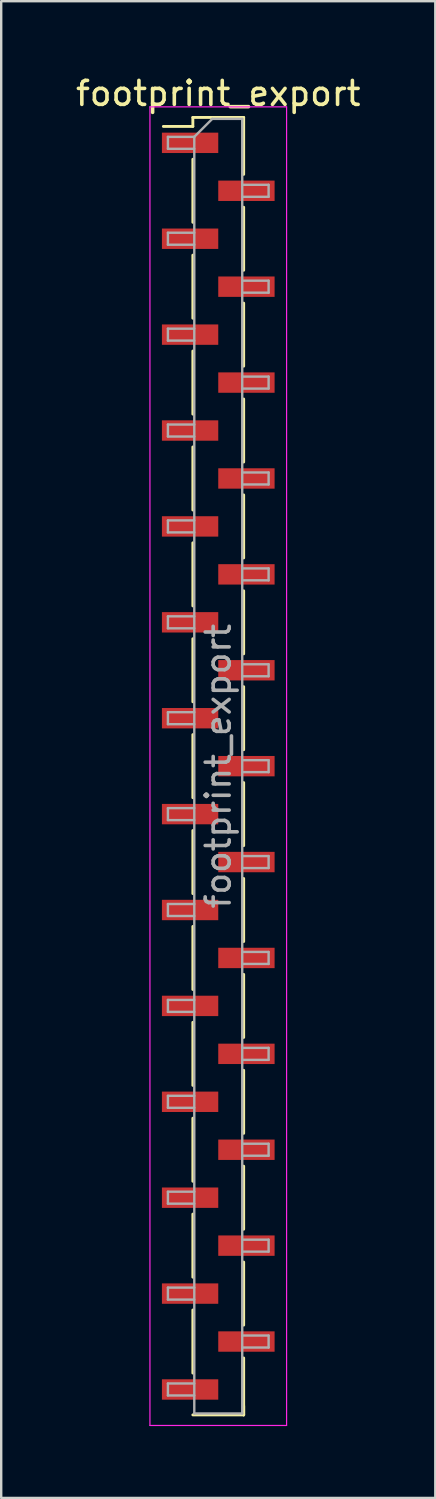
<source format=kicad_pcb>
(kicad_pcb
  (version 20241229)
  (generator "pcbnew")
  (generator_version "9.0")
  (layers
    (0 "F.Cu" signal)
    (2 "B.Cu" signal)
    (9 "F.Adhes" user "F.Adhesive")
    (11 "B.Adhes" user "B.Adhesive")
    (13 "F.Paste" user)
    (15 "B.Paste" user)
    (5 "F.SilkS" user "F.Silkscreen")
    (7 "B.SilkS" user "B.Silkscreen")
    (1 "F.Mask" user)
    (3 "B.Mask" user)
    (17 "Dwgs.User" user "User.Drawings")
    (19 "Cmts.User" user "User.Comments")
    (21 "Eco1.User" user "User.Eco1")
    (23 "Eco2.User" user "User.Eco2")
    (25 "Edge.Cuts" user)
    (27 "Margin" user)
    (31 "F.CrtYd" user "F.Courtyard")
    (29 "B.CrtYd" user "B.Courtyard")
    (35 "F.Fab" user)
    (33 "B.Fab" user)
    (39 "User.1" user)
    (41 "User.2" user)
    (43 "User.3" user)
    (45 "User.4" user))
  (footprint "footprint_export"
    (layer "F.Cu")
    (at 6.054 28.908)
    (property "Reference" "footprint_export" (at 0 -28.06 0) (layer "F.SilkS") (effects (font (size 1 1) (thickness 0.15))))
    (attr smd)
    (fp_line (start -1.06 -27.06) (end -1.06 -26.685) (stroke (width 0.12) (type solid)) (layer "F.SilkS"))
    (fp_line (start -1.06 -27.06) (end 1.06 -27.06) (stroke (width 0.12) (type solid)) (layer "F.SilkS"))
    (fp_line (start -1.06 -26.685) (end -2.29 -26.685) (stroke (width 0.12) (type solid)) (layer "F.SilkS"))
    (fp_line (start -1.06 -25.315) (end -1.06 -22.685) (stroke (width 0.12) (type solid)) (layer "F.SilkS"))
    (fp_line (start -1.06 -21.315) (end -1.06 -18.685) (stroke (width 0.12) (type solid)) (layer "F.SilkS"))
    (fp_line (start -1.06 -17.315) (end -1.06 -14.685) (stroke (width 0.12) (type solid)) (layer "F.SilkS"))
    (fp_line (start -1.06 -13.315) (end -1.06 -10.685) (stroke (width 0.12) (type solid)) (layer "F.SilkS"))
    (fp_line (start -1.06 -9.315) (end -1.06 -6.685) (stroke (width 0.12) (type solid)) (layer "F.SilkS"))
    (fp_line (start -1.06 -5.315) (end -1.06 -2.685) (stroke (width 0.12) (type solid)) (layer "F.SilkS"))
    (fp_line (start -1.06 -1.315) (end -1.06 1.315) (stroke (width 0.12) (type solid)) (layer "F.SilkS"))
    (fp_line (start -1.06 2.685) (end -1.06 5.315) (stroke (width 0.12) (type solid)) (layer "F.SilkS"))
    (fp_line (start -1.06 6.685) (end -1.06 9.315) (stroke (width 0.12) (type solid)) (layer "F.SilkS"))
    (fp_line (start -1.06 10.685) (end -1.06 13.315) (stroke (width 0.12) (type solid)) (layer "F.SilkS"))
    (fp_line (start -1.06 14.685) (end -1.06 17.315) (stroke (width 0.12) (type solid)) (layer "F.SilkS"))
    (fp_line (start -1.06 18.685) (end -1.06 21.315) (stroke (width 0.12) (type solid)) (layer "F.SilkS"))
    (fp_line (start -1.06 22.685) (end -1.06 25.315) (stroke (width 0.12) (type solid)) (layer "F.SilkS"))
    (fp_line (start -1.06 27.06) (end 1.06 27.06) (stroke (width 0.12) (type solid)) (layer "F.SilkS"))
    (fp_line (start 1.06 -27.06) (end 1.06 -24.685) (stroke (width 0.12) (type solid)) (layer "F.SilkS"))
    (fp_line (start 1.06 -23.315) (end 1.06 -20.685) (stroke (width 0.12) (type solid)) (layer "F.SilkS"))
    (fp_line (start 1.06 -19.315) (end 1.06 -16.685) (stroke (width 0.12) (type solid)) (layer "F.SilkS"))
    (fp_line (start 1.06 -15.315) (end 1.06 -12.685) (stroke (width 0.12) (type solid)) (layer "F.SilkS"))
    (fp_line (start 1.06 -11.315) (end 1.06 -8.685) (stroke (width 0.12) (type solid)) (layer "F.SilkS"))
    (fp_line (start 1.06 -7.315) (end 1.06 -4.685) (stroke (width 0.12) (type solid)) (layer "F.SilkS"))
    (fp_line (start 1.06 -3.315) (end 1.06 -0.685) (stroke (width 0.12) (type solid)) (layer "F.SilkS"))
    (fp_line (start 1.06 0.685) (end 1.06 3.315) (stroke (width 0.12) (type solid)) (layer "F.SilkS"))
    (fp_line (start 1.06 4.685) (end 1.06 7.315) (stroke (width 0.12) (type solid)) (layer "F.SilkS"))
    (fp_line (start 1.06 8.685) (end 1.06 11.315) (stroke (width 0.12) (type solid)) (layer "F.SilkS"))
    (fp_line (start 1.06 12.685) (end 1.06 15.315) (stroke (width 0.12) (type solid)) (layer "F.SilkS"))
    (fp_line (start 1.06 16.685) (end 1.06 19.315) (stroke (width 0.12) (type solid)) (layer "F.SilkS"))
    (fp_line (start 1.06 20.685) (end 1.06 23.315) (stroke (width 0.12) (type solid)) (layer "F.SilkS"))
    (fp_line (start 1.06 24.685) (end 1.06 27.06) (stroke (width 0.12) (type solid)) (layer "F.SilkS"))
    (fp_line (start 1.06 26.685) (end 1.06 27.06) (stroke (width 0.12) (type solid)) (layer "F.SilkS"))
    (fp_line (start -2.85 -27.5) (end -2.85 27.5) (stroke (width 0.05) (type solid)) (layer "F.CrtYd"))
    (fp_line (start -2.85 27.5) (end 2.85 27.5) (stroke (width 0.05) (type solid)) (layer "F.CrtYd"))
    (fp_line (start 2.85 -27.5) (end -2.85 -27.5) (stroke (width 0.05) (type solid)) (layer "F.CrtYd"))
    (fp_line (start 2.85 27.5) (end 2.85 -27.5) (stroke (width 0.05) (type solid)) (layer "F.CrtYd"))
    (fp_line (start -2.1 -26.25) (end -2.1 -25.75) (stroke (width 0.1) (type solid)) (layer "F.Fab"))
    (fp_line (start -2.1 -25.75) (end -1 -25.75) (stroke (width 0.1) (type solid)) (layer "F.Fab"))
    (fp_line (start -2.1 -22.25) (end -2.1 -21.75) (stroke (width 0.1) (type solid)) (layer "F.Fab"))
    (fp_line (start -2.1 -21.75) (end -1 -21.75) (stroke (width 0.1) (type solid)) (layer "F.Fab"))
    (fp_line (start -2.1 -18.25) (end -2.1 -17.75) (stroke (width 0.1) (type solid)) (layer "F.Fab"))
    (fp_line (start -2.1 -17.75) (end -1 -17.75) (stroke (width 0.1) (type solid)) (layer "F.Fab"))
    (fp_line (start -2.1 -14.25) (end -2.1 -13.75) (stroke (width 0.1) (type solid)) (layer "F.Fab"))
    (fp_line (start -2.1 -13.75) (end -1 -13.75) (stroke (width 0.1) (type solid)) (layer "F.Fab"))
    (fp_line (start -2.1 -10.25) (end -2.1 -9.75) (stroke (width 0.1) (type solid)) (layer "F.Fab"))
    (fp_line (start -2.1 -9.75) (end -1 -9.75) (stroke (width 0.1) (type solid)) (layer "F.Fab"))
    (fp_line (start -2.1 -6.25) (end -2.1 -5.75) (stroke (width 0.1) (type solid)) (layer "F.Fab"))
    (fp_line (start -2.1 -5.75) (end -1 -5.75) (stroke (width 0.1) (type solid)) (layer "F.Fab"))
    (fp_line (start -2.1 -2.25) (end -2.1 -1.75) (stroke (width 0.1) (type solid)) (layer "F.Fab"))
    (fp_line (start -2.1 -1.75) (end -1 -1.75) (stroke (width 0.1) (type solid)) (layer "F.Fab"))
    (fp_line (start -2.1 1.75) (end -2.1 2.25) (stroke (width 0.1) (type solid)) (layer "F.Fab"))
    (fp_line (start -2.1 2.25) (end -1 2.25) (stroke (width 0.1) (type solid)) (layer "F.Fab"))
    (fp_line (start -2.1 5.75) (end -2.1 6.25) (stroke (width 0.1) (type solid)) (layer "F.Fab"))
    (fp_line (start -2.1 6.25) (end -1 6.25) (stroke (width 0.1) (type solid)) (layer "F.Fab"))
    (fp_line (start -2.1 9.75) (end -2.1 10.25) (stroke (width 0.1) (type solid)) (layer "F.Fab"))
    (fp_line (start -2.1 10.25) (end -1 10.25) (stroke (width 0.1) (type solid)) (layer "F.Fab"))
    (fp_line (start -2.1 13.75) (end -2.1 14.25) (stroke (width 0.1) (type solid)) (layer "F.Fab"))
    (fp_line (start -2.1 14.25) (end -1 14.25) (stroke (width 0.1) (type solid)) (layer "F.Fab"))
    (fp_line (start -2.1 17.75) (end -2.1 18.25) (stroke (width 0.1) (type solid)) (layer "F.Fab"))
    (fp_line (start -2.1 18.25) (end -1 18.25) (stroke (width 0.1) (type solid)) (layer "F.Fab"))
    (fp_line (start -2.1 21.75) (end -2.1 22.25) (stroke (width 0.1) (type solid)) (layer "F.Fab"))
    (fp_line (start -2.1 22.25) (end -1 22.25) (stroke (width 0.1) (type solid)) (layer "F.Fab"))
    (fp_line (start -2.1 25.75) (end -2.1 26.25) (stroke (width 0.1) (type solid)) (layer "F.Fab"))
    (fp_line (start -2.1 26.25) (end -1 26.25) (stroke (width 0.1) (type solid)) (layer "F.Fab"))
    (fp_line (start -1 -26.25) (end -2.1 -26.25) (stroke (width 0.1) (type solid)) (layer "F.Fab"))
    (fp_line (start -1 -26.25) (end -0.25 -27) (stroke (width 0.1) (type solid)) (layer "F.Fab"))
    (fp_line (start -1 -22.25) (end -2.1 -22.25) (stroke (width 0.1) (type solid)) (layer "F.Fab"))
    (fp_line (start -1 -18.25) (end -2.1 -18.25) (stroke (width 0.1) (type solid)) (layer "F.Fab"))
    (fp_line (start -1 -14.25) (end -2.1 -14.25) (stroke (width 0.1) (type solid)) (layer "F.Fab"))
    (fp_line (start -1 -10.25) (end -2.1 -10.25) (stroke (width 0.1) (type solid)) (layer "F.Fab"))
    (fp_line (start -1 -6.25) (end -2.1 -6.25) (stroke (width 0.1) (type solid)) (layer "F.Fab"))
    (fp_line (start -1 -2.25) (end -2.1 -2.25) (stroke (width 0.1) (type solid)) (layer "F.Fab"))
    (fp_line (start -1 1.75) (end -2.1 1.75) (stroke (width 0.1) (type solid)) (layer "F.Fab"))
    (fp_line (start -1 5.75) (end -2.1 5.75) (stroke (width 0.1) (type solid)) (layer "F.Fab"))
    (fp_line (start -1 9.75) (end -2.1 9.75) (stroke (width 0.1) (type solid)) (layer "F.Fab"))
    (fp_line (start -1 13.75) (end -2.1 13.75) (stroke (width 0.1) (type solid)) (layer "F.Fab"))
    (fp_line (start -1 17.75) (end -2.1 17.75) (stroke (width 0.1) (type solid)) (layer "F.Fab"))
    (fp_line (start -1 21.75) (end -2.1 21.75) (stroke (width 0.1) (type solid)) (layer "F.Fab"))
    (fp_line (start -1 25.75) (end -2.1 25.75) (stroke (width 0.1) (type solid)) (layer "F.Fab"))
    (fp_line (start -1 27) (end -1 -26.25) (stroke (width 0.1) (type solid)) (layer "F.Fab"))
    (fp_line (start -0.25 -27) (end 1 -27) (stroke (width 0.1) (type solid)) (layer "F.Fab"))
    (fp_line (start 1 -27) (end 1 27) (stroke (width 0.1) (type solid)) (layer "F.Fab"))
    (fp_line (start 1 -24.25) (end 2.1 -24.25) (stroke (width 0.1) (type solid)) (layer "F.Fab"))
    (fp_line (start 1 -20.25) (end 2.1 -20.25) (stroke (width 0.1) (type solid)) (layer "F.Fab"))
    (fp_line (start 1 -16.25) (end 2.1 -16.25) (stroke (width 0.1) (type solid)) (layer "F.Fab"))
    (fp_line (start 1 -12.25) (end 2.1 -12.25) (stroke (width 0.1) (type solid)) (layer "F.Fab"))
    (fp_line (start 1 -8.25) (end 2.1 -8.25) (stroke (width 0.1) (type solid)) (layer "F.Fab"))
    (fp_line (start 1 -4.25) (end 2.1 -4.25) (stroke (width 0.1) (type solid)) (layer "F.Fab"))
    (fp_line (start 1 -0.25) (end 2.1 -0.25) (stroke (width 0.1) (type solid)) (layer "F.Fab"))
    (fp_line (start 1 3.75) (end 2.1 3.75) (stroke (width 0.1) (type solid)) (layer "F.Fab"))
    (fp_line (start 1 7.75) (end 2.1 7.75) (stroke (width 0.1) (type solid)) (layer "F.Fab"))
    (fp_line (start 1 11.75) (end 2.1 11.75) (stroke (width 0.1) (type solid)) (layer "F.Fab"))
    (fp_line (start 1 15.75) (end 2.1 15.75) (stroke (width 0.1) (type solid)) (layer "F.Fab"))
    (fp_line (start 1 19.75) (end 2.1 19.75) (stroke (width 0.1) (type solid)) (layer "F.Fab"))
    (fp_line (start 1 23.75) (end 2.1 23.75) (stroke (width 0.1) (type solid)) (layer "F.Fab"))
    (fp_line (start 1 27) (end -1 27) (stroke (width 0.1) (type solid)) (layer "F.Fab"))
    (fp_line (start 2.1 -24.25) (end 2.1 -23.75) (stroke (width 0.1) (type solid)) (layer "F.Fab"))
    (fp_line (start 2.1 -23.75) (end 1 -23.75) (stroke (width 0.1) (type solid)) (layer "F.Fab"))
    (fp_line (start 2.1 -20.25) (end 2.1 -19.75) (stroke (width 0.1) (type solid)) (layer "F.Fab"))
    (fp_line (start 2.1 -19.75) (end 1 -19.75) (stroke (width 0.1) (type solid)) (layer "F.Fab"))
    (fp_line (start 2.1 -16.25) (end 2.1 -15.75) (stroke (width 0.1) (type solid)) (layer "F.Fab"))
    (fp_line (start 2.1 -15.75) (end 1 -15.75) (stroke (width 0.1) (type solid)) (layer "F.Fab"))
    (fp_line (start 2.1 -12.25) (end 2.1 -11.75) (stroke (width 0.1) (type solid)) (layer "F.Fab"))
    (fp_line (start 2.1 -11.75) (end 1 -11.75) (stroke (width 0.1) (type solid)) (layer "F.Fab"))
    (fp_line (start 2.1 -8.25) (end 2.1 -7.75) (stroke (width 0.1) (type solid)) (layer "F.Fab"))
    (fp_line (start 2.1 -7.75) (end 1 -7.75) (stroke (width 0.1) (type solid)) (layer "F.Fab"))
    (fp_line (start 2.1 -4.25) (end 2.1 -3.75) (stroke (width 0.1) (type solid)) (layer "F.Fab"))
    (fp_line (start 2.1 -3.75) (end 1 -3.75) (stroke (width 0.1) (type solid)) (layer "F.Fab"))
    (fp_line (start 2.1 -0.25) (end 2.1 0.25) (stroke (width 0.1) (type solid)) (layer "F.Fab"))
    (fp_line (start 2.1 0.25) (end 1 0.25) (stroke (width 0.1) (type solid)) (layer "F.Fab"))
    (fp_line (start 2.1 3.75) (end 2.1 4.25) (stroke (width 0.1) (type solid)) (layer "F.Fab"))
    (fp_line (start 2.1 4.25) (end 1 4.25) (stroke (width 0.1) (type solid)) (layer "F.Fab"))
    (fp_line (start 2.1 7.75) (end 2.1 8.25) (stroke (width 0.1) (type solid)) (layer "F.Fab"))
    (fp_line (start 2.1 8.25) (end 1 8.25) (stroke (width 0.1) (type solid)) (layer "F.Fab"))
    (fp_line (start 2.1 11.75) (end 2.1 12.25) (stroke (width 0.1) (type solid)) (layer "F.Fab"))
    (fp_line (start 2.1 12.25) (end 1 12.25) (stroke (width 0.1) (type solid)) (layer "F.Fab"))
    (fp_line (start 2.1 15.75) (end 2.1 16.25) (stroke (width 0.1) (type solid)) (layer "F.Fab"))
    (fp_line (start 2.1 16.25) (end 1 16.25) (stroke (width 0.1) (type solid)) (layer "F.Fab"))
    (fp_line (start 2.1 19.75) (end 2.1 20.25) (stroke (width 0.1) (type solid)) (layer "F.Fab"))
    (fp_line (start 2.1 20.25) (end 1 20.25) (stroke (width 0.1) (type solid)) (layer "F.Fab"))
    (fp_line (start 2.1 23.75) (end 2.1 24.25) (stroke (width 0.1) (type solid)) (layer "F.Fab"))
    (fp_line (start 2.1 24.25) (end 1 24.25) (stroke (width 0.1) (type solid)) (layer "F.Fab"))
    (fp_text user "${REFERENCE}" (at 0 0 90) (layer "F.Fab") (effects (font (size 1 1) (thickness 0.15))))
    (pad "1" smd rect (at -1.175 -26) (size 2.35 0.85) (layers "F.Cu" "F.Mask" "F.Paste"))
    (pad "2" smd rect (at 1.175 -24) (size 2.35 0.85) (layers "F.Cu" "F.Mask" "F.Paste"))
    (pad "3" smd rect (at -1.175 -22) (size 2.35 0.85) (layers "F.Cu" "F.Mask" "F.Paste"))
    (pad "4" smd rect (at 1.175 -20) (size 2.35 0.85) (layers "F.Cu" "F.Mask" "F.Paste"))
    (pad "5" smd rect (at -1.175 -18) (size 2.35 0.85) (layers "F.Cu" "F.Mask" "F.Paste"))
    (pad "6" smd rect (at 1.175 -16) (size 2.35 0.85) (layers "F.Cu" "F.Mask" "F.Paste"))
    (pad "7" smd rect (at -1.175 -14) (size 2.35 0.85) (layers "F.Cu" "F.Mask" "F.Paste"))
    (pad "8" smd rect (at 1.175 -12) (size 2.35 0.85) (layers "F.Cu" "F.Mask" "F.Paste"))
    (pad "9" smd rect (at -1.175 -10) (size 2.35 0.85) (layers "F.Cu" "F.Mask" "F.Paste"))
    (pad "10" smd rect (at 1.175 -8) (size 2.35 0.85) (layers "F.Cu" "F.Mask" "F.Paste"))
    (pad "11" smd rect (at -1.175 -6) (size 2.35 0.85) (layers "F.Cu" "F.Mask" "F.Paste"))
    (pad "12" smd rect (at 1.175 -4) (size 2.35 0.85) (layers "F.Cu" "F.Mask" "F.Paste"))
    (pad "13" smd rect (at -1.175 -2) (size 2.35 0.85) (layers "F.Cu" "F.Mask" "F.Paste"))
    (pad "14" smd rect (at 1.175 0) (size 2.35 0.85) (layers "F.Cu" "F.Mask" "F.Paste"))
    (pad "15" smd rect (at -1.175 2) (size 2.35 0.85) (layers "F.Cu" "F.Mask" "F.Paste"))
    (pad "16" smd rect (at 1.175 4) (size 2.35 0.85) (layers "F.Cu" "F.Mask" "F.Paste"))
    (pad "17" smd rect (at -1.175 6) (size 2.35 0.85) (layers "F.Cu" "F.Mask" "F.Paste"))
    (pad "18" smd rect (at 1.175 8) (size 2.35 0.85) (layers "F.Cu" "F.Mask" "F.Paste"))
    (pad "19" smd rect (at -1.175 10) (size 2.35 0.85) (layers "F.Cu" "F.Mask" "F.Paste"))
    (pad "20" smd rect (at 1.175 12) (size 2.35 0.85) (layers "F.Cu" "F.Mask" "F.Paste"))
    (pad "21" smd rect (at -1.175 14) (size 2.35 0.85) (layers "F.Cu" "F.Mask" "F.Paste"))
    (pad "22" smd rect (at 1.175 16) (size 2.35 0.85) (layers "F.Cu" "F.Mask" "F.Paste"))
    (pad "23" smd rect (at -1.175 18) (size 2.35 0.85) (layers "F.Cu" "F.Mask" "F.Paste"))
    (pad "24" smd rect (at 1.175 20) (size 2.35 0.85) (layers "F.Cu" "F.Mask" "F.Paste"))
    (pad "25" smd rect (at -1.175 22) (size 2.35 0.85) (layers "F.Cu" "F.Mask" "F.Paste"))
    (pad "26" smd rect (at 1.175 24) (size 2.35 0.85) (layers "F.Cu" "F.Mask" "F.Paste"))
    (pad "27" smd rect (at -1.175 26) (size 2.35 0.85) (layers "F.Cu" "F.Mask" "F.Paste")))
  (gr_rect
    (start -3 -3)
    (end 15.107 59.433)
    (stroke (width 0.1) (type default))
    (fill no)
    (layer "Edge.Cuts")))
</source>
